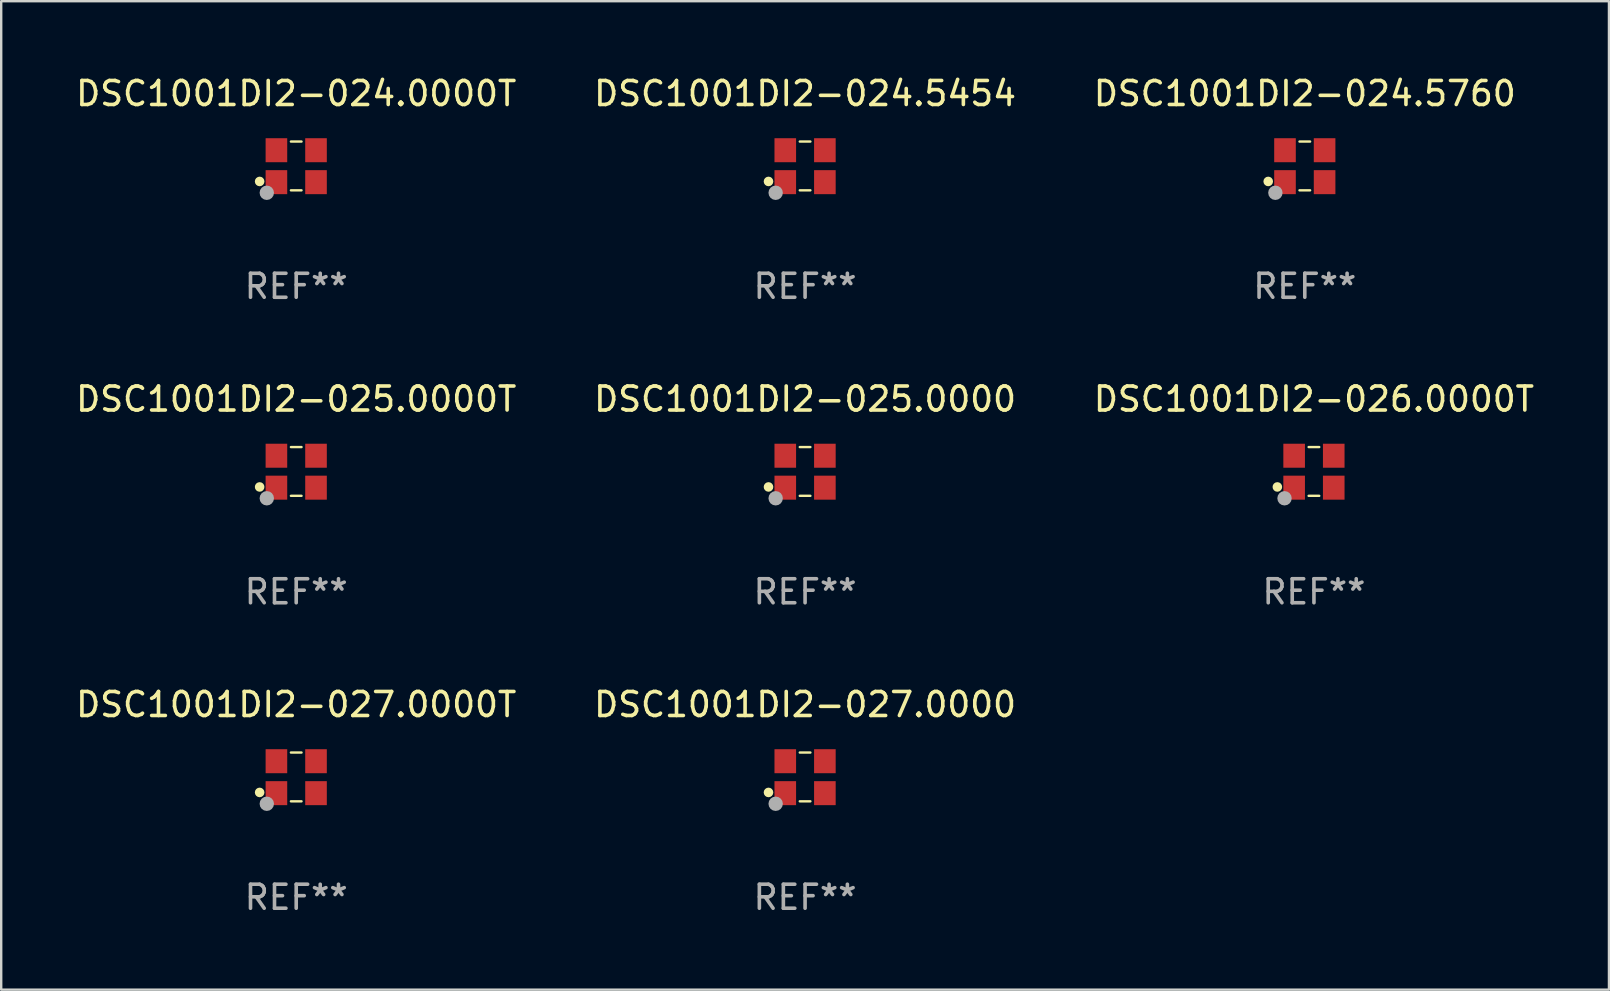
<source format=kicad_pcb>
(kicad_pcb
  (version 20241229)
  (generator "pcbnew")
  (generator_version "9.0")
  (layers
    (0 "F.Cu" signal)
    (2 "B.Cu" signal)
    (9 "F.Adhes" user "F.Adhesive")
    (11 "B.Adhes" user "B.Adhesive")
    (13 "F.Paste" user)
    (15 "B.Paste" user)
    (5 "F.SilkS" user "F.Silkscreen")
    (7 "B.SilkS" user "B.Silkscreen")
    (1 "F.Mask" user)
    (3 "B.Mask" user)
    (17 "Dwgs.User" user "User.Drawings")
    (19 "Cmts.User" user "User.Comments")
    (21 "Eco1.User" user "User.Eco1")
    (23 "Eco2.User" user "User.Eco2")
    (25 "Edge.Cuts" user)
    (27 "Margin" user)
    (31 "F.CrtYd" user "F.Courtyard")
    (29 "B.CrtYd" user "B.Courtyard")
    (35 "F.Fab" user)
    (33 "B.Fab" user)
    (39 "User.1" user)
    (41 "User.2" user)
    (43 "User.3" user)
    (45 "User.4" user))
  (footprint "DSC1001DI2-025.0000T"
    (layer "F.Cu")
    (at 9.292 16.593)
    (property "Reference" "DSC1001DI2-025.0000T" (at 0 -3.016 0) (layer "F.SilkS") (effects (font (size 1 1) (thickness 0.15))))
    (attr through_hole)
    (fp_line (start -0.221 -1.016) (end 0.221 -1.016) (stroke (width 0.1) (type solid)) (layer "F.SilkS"))
    (fp_line (start -0.221 1.016) (end 0.221 1.016) (stroke (width 0.1) (type solid)) (layer "F.SilkS"))
    (fp_circle (center -1.524 0.646) (end -1.424 0.646) (stroke (width 0.2) (type solid)) (fill no) (layer "F.SilkS"))
    (fp_circle (center -1.25 1) (end -1.22 1) (stroke (width 0.06) (type solid)) (fill no) (layer "F.SilkS"))
    (fp_circle (center -1.226 1.118) (end -1.076 1.118) (stroke (width 0.3) (type solid)) (fill no) (layer "F.Fab"))
    (fp_text user "REF**" (at 0 5.016 0) (layer "F.Fab") (effects (font (size 1 1) (thickness 0.15))))
    (pad "1" smd rect (at -0.825 0.676) (size 0.9 1) (layers "F.Cu" "F.Mask" "F.Paste"))
    (pad "2" smd rect (at 0.825 0.676) (size 0.9 1) (layers "F.Cu" "F.Mask" "F.Paste"))
    (pad "3" smd rect (at 0.825 -0.655) (size 0.9 1) (layers "F.Cu" "F.Mask" "F.Paste"))
    (pad "4" smd rect (at -0.825 -0.655) (size 0.9 1) (layers "F.Cu" "F.Mask" "F.Paste")))
  (footprint "DSC1001DI2-027.0000"
    (layer "F.Cu")
    (at 30.494 29.321)
    (property "Reference" "DSC1001DI2-027.0000" (at 0 -3.016 0) (layer "F.SilkS") (effects (font (size 1 1) (thickness 0.15))))
    (attr through_hole)
    (fp_line (start -0.221 -1.016) (end 0.221 -1.016) (stroke (width 0.1) (type solid)) (layer "F.SilkS"))
    (fp_line (start -0.221 1.016) (end 0.221 1.016) (stroke (width 0.1) (type solid)) (layer "F.SilkS"))
    (fp_circle (center -1.524 0.646) (end -1.424 0.646) (stroke (width 0.2) (type solid)) (fill no) (layer "F.SilkS"))
    (fp_circle (center -1.25 1) (end -1.22 1) (stroke (width 0.06) (type solid)) (fill no) (layer "F.SilkS"))
    (fp_circle (center -1.226 1.118) (end -1.076 1.118) (stroke (width 0.3) (type solid)) (fill no) (layer "F.Fab"))
    (fp_text user "REF**" (at 0 5.016 0) (layer "F.Fab") (effects (font (size 1 1) (thickness 0.15))))
    (pad "1" smd rect (at -0.825 0.676) (size 0.9 1) (layers "F.Cu" "F.Mask" "F.Paste"))
    (pad "2" smd rect (at 0.825 0.676) (size 0.9 1) (layers "F.Cu" "F.Mask" "F.Paste"))
    (pad "3" smd rect (at 0.825 -0.655) (size 0.9 1) (layers "F.Cu" "F.Mask" "F.Paste"))
    (pad "4" smd rect (at -0.825 -0.655) (size 0.9 1) (layers "F.Cu" "F.Mask" "F.Paste")))
  (footprint "DSC1001DI2-025.0000"
    (layer "F.Cu")
    (at 30.494 16.593)
    (property "Reference" "DSC1001DI2-025.0000" (at 0 -3.016 0) (layer "F.SilkS") (effects (font (size 1 1) (thickness 0.15))))
    (attr through_hole)
    (fp_line (start -0.221 -1.016) (end 0.221 -1.016) (stroke (width 0.1) (type solid)) (layer "F.SilkS"))
    (fp_line (start -0.221 1.016) (end 0.221 1.016) (stroke (width 0.1) (type solid)) (layer "F.SilkS"))
    (fp_circle (center -1.524 0.646) (end -1.424 0.646) (stroke (width 0.2) (type solid)) (fill no) (layer "F.SilkS"))
    (fp_circle (center -1.25 1) (end -1.22 1) (stroke (width 0.06) (type solid)) (fill no) (layer "F.SilkS"))
    (fp_circle (center -1.226 1.118) (end -1.076 1.118) (stroke (width 0.3) (type solid)) (fill no) (layer "F.Fab"))
    (fp_text user "REF**" (at 0 5.016 0) (layer "F.Fab") (effects (font (size 1 1) (thickness 0.15))))
    (pad "1" smd rect (at -0.825 0.676) (size 0.9 1) (layers "F.Cu" "F.Mask" "F.Paste"))
    (pad "2" smd rect (at 0.825 0.676) (size 0.9 1) (layers "F.Cu" "F.Mask" "F.Paste"))
    (pad "3" smd rect (at 0.825 -0.655) (size 0.9 1) (layers "F.Cu" "F.Mask" "F.Paste"))
    (pad "4" smd rect (at -0.825 -0.655) (size 0.9 1) (layers "F.Cu" "F.Mask" "F.Paste")))
  (footprint "DSC1001DI2-024.5760"
    (layer "F.Cu")
    (at 51.315 3.864)
    (property "Reference" "DSC1001DI2-024.5760" (at 0 -3.016 0) (layer "F.SilkS") (effects (font (size 1 1) (thickness 0.15))))
    (attr through_hole)
    (fp_line (start -0.221 -1.016) (end 0.221 -1.016) (stroke (width 0.1) (type solid)) (layer "F.SilkS"))
    (fp_line (start -0.221 1.016) (end 0.221 1.016) (stroke (width 0.1) (type solid)) (layer "F.SilkS"))
    (fp_circle (center -1.524 0.646) (end -1.424 0.646) (stroke (width 0.2) (type solid)) (fill no) (layer "F.SilkS"))
    (fp_circle (center -1.25 1) (end -1.22 1) (stroke (width 0.06) (type solid)) (fill no) (layer "F.SilkS"))
    (fp_circle (center -1.226 1.118) (end -1.076 1.118) (stroke (width 0.3) (type solid)) (fill no) (layer "F.Fab"))
    (fp_text user "REF**" (at 0 5.016 0) (layer "F.Fab") (effects (font (size 1 1) (thickness 0.15))))
    (pad "1" smd rect (at -0.825 0.676) (size 0.9 1) (layers "F.Cu" "F.Mask" "F.Paste"))
    (pad "2" smd rect (at 0.825 0.676) (size 0.9 1) (layers "F.Cu" "F.Mask" "F.Paste"))
    (pad "3" smd rect (at 0.825 -0.655) (size 0.9 1) (layers "F.Cu" "F.Mask" "F.Paste"))
    (pad "4" smd rect (at -0.825 -0.655) (size 0.9 1) (layers "F.Cu" "F.Mask" "F.Paste")))
  (footprint "DSC1001DI2-026.0000T"
    (layer "F.Cu")
    (at 51.696 16.593)
    (property "Reference" "DSC1001DI2-026.0000T" (at 0 -3.016 0) (layer "F.SilkS") (effects (font (size 1 1) (thickness 0.15))))
    (attr through_hole)
    (fp_line (start -0.221 -1.016) (end 0.221 -1.016) (stroke (width 0.1) (type solid)) (layer "F.SilkS"))
    (fp_line (start -0.221 1.016) (end 0.221 1.016) (stroke (width 0.1) (type solid)) (layer "F.SilkS"))
    (fp_circle (center -1.524 0.646) (end -1.424 0.646) (stroke (width 0.2) (type solid)) (fill no) (layer "F.SilkS"))
    (fp_circle (center -1.25 1) (end -1.22 1) (stroke (width 0.06) (type solid)) (fill no) (layer "F.SilkS"))
    (fp_circle (center -1.226 1.118) (end -1.076 1.118) (stroke (width 0.3) (type solid)) (fill no) (layer "F.Fab"))
    (fp_text user "REF**" (at 0 5.016 0) (layer "F.Fab") (effects (font (size 1 1) (thickness 0.15))))
    (pad "1" smd rect (at -0.825 0.676) (size 0.9 1) (layers "F.Cu" "F.Mask" "F.Paste"))
    (pad "2" smd rect (at 0.825 0.676) (size 0.9 1) (layers "F.Cu" "F.Mask" "F.Paste"))
    (pad "3" smd rect (at 0.825 -0.655) (size 0.9 1) (layers "F.Cu" "F.Mask" "F.Paste"))
    (pad "4" smd rect (at -0.825 -0.655) (size 0.9 1) (layers "F.Cu" "F.Mask" "F.Paste")))
  (footprint "DSC1001DI2-024.0000T"
    (layer "F.Cu")
    (at 9.292 3.864)
    (property "Reference" "DSC1001DI2-024.0000T" (at 0 -3.016 0) (layer "F.SilkS") (effects (font (size 1 1) (thickness 0.15))))
    (attr through_hole)
    (fp_line (start -0.221 -1.016) (end 0.221 -1.016) (stroke (width 0.1) (type solid)) (layer "F.SilkS"))
    (fp_line (start -0.221 1.016) (end 0.221 1.016) (stroke (width 0.1) (type solid)) (layer "F.SilkS"))
    (fp_circle (center -1.524 0.646) (end -1.424 0.646) (stroke (width 0.2) (type solid)) (fill no) (layer "F.SilkS"))
    (fp_circle (center -1.25 1) (end -1.22 1) (stroke (width 0.06) (type solid)) (fill no) (layer "F.SilkS"))
    (fp_circle (center -1.226 1.118) (end -1.076 1.118) (stroke (width 0.3) (type solid)) (fill no) (layer "F.Fab"))
    (fp_text user "REF**" (at 0 5.016 0) (layer "F.Fab") (effects (font (size 1 1) (thickness 0.15))))
    (pad "1" smd rect (at -0.825 0.676) (size 0.9 1) (layers "F.Cu" "F.Mask" "F.Paste"))
    (pad "2" smd rect (at 0.825 0.676) (size 0.9 1) (layers "F.Cu" "F.Mask" "F.Paste"))
    (pad "3" smd rect (at 0.825 -0.655) (size 0.9 1) (layers "F.Cu" "F.Mask" "F.Paste"))
    (pad "4" smd rect (at -0.825 -0.655) (size 0.9 1) (layers "F.Cu" "F.Mask" "F.Paste")))
  (footprint "DSC1001DI2-027.0000T"
    (layer "F.Cu")
    (at 9.292 29.321)
    (property "Reference" "DSC1001DI2-027.0000T" (at 0 -3.016 0) (layer "F.SilkS") (effects (font (size 1 1) (thickness 0.15))))
    (attr through_hole)
    (fp_line (start -0.221 -1.016) (end 0.221 -1.016) (stroke (width 0.1) (type solid)) (layer "F.SilkS"))
    (fp_line (start -0.221 1.016) (end 0.221 1.016) (stroke (width 0.1) (type solid)) (layer "F.SilkS"))
    (fp_circle (center -1.524 0.646) (end -1.424 0.646) (stroke (width 0.2) (type solid)) (fill no) (layer "F.SilkS"))
    (fp_circle (center -1.25 1) (end -1.22 1) (stroke (width 0.06) (type solid)) (fill no) (layer "F.SilkS"))
    (fp_circle (center -1.226 1.118) (end -1.076 1.118) (stroke (width 0.3) (type solid)) (fill no) (layer "F.Fab"))
    (fp_text user "REF**" (at 0 5.016 0) (layer "F.Fab") (effects (font (size 1 1) (thickness 0.15))))
    (pad "1" smd rect (at -0.825 0.676) (size 0.9 1) (layers "F.Cu" "F.Mask" "F.Paste"))
    (pad "2" smd rect (at 0.825 0.676) (size 0.9 1) (layers "F.Cu" "F.Mask" "F.Paste"))
    (pad "3" smd rect (at 0.825 -0.655) (size 0.9 1) (layers "F.Cu" "F.Mask" "F.Paste"))
    (pad "4" smd rect (at -0.825 -0.655) (size 0.9 1) (layers "F.Cu" "F.Mask" "F.Paste")))
  (footprint "DSC1001DI2-024.5454"
    (layer "F.Cu")
    (at 30.494 3.864)
    (property "Reference" "DSC1001DI2-024.5454" (at 0 -3.016 0) (layer "F.SilkS") (effects (font (size 1 1) (thickness 0.15))))
    (attr through_hole)
    (fp_line (start -0.221 -1.016) (end 0.221 -1.016) (stroke (width 0.1) (type solid)) (layer "F.SilkS"))
    (fp_line (start -0.221 1.016) (end 0.221 1.016) (stroke (width 0.1) (type solid)) (layer "F.SilkS"))
    (fp_circle (center -1.524 0.646) (end -1.424 0.646) (stroke (width 0.2) (type solid)) (fill no) (layer "F.SilkS"))
    (fp_circle (center -1.25 1) (end -1.22 1) (stroke (width 0.06) (type solid)) (fill no) (layer "F.SilkS"))
    (fp_circle (center -1.226 1.118) (end -1.076 1.118) (stroke (width 0.3) (type solid)) (fill no) (layer "F.Fab"))
    (fp_text user "REF**" (at 0 5.016 0) (layer "F.Fab") (effects (font (size 1 1) (thickness 0.15))))
    (pad "1" smd rect (at -0.825 0.676) (size 0.9 1) (layers "F.Cu" "F.Mask" "F.Paste"))
    (pad "2" smd rect (at 0.825 0.676) (size 0.9 1) (layers "F.Cu" "F.Mask" "F.Paste"))
    (pad "3" smd rect (at 0.825 -0.655) (size 0.9 1) (layers "F.Cu" "F.Mask" "F.Paste"))
    (pad "4" smd rect (at -0.825 -0.655) (size 0.9 1) (layers "F.Cu" "F.Mask" "F.Paste")))
  (gr_rect
    (start -3 -3)
    (end 63.988 38.186)
    (stroke (width 0.1) (type default))
    (fill no)
    (layer "Edge.Cuts")))
</source>
